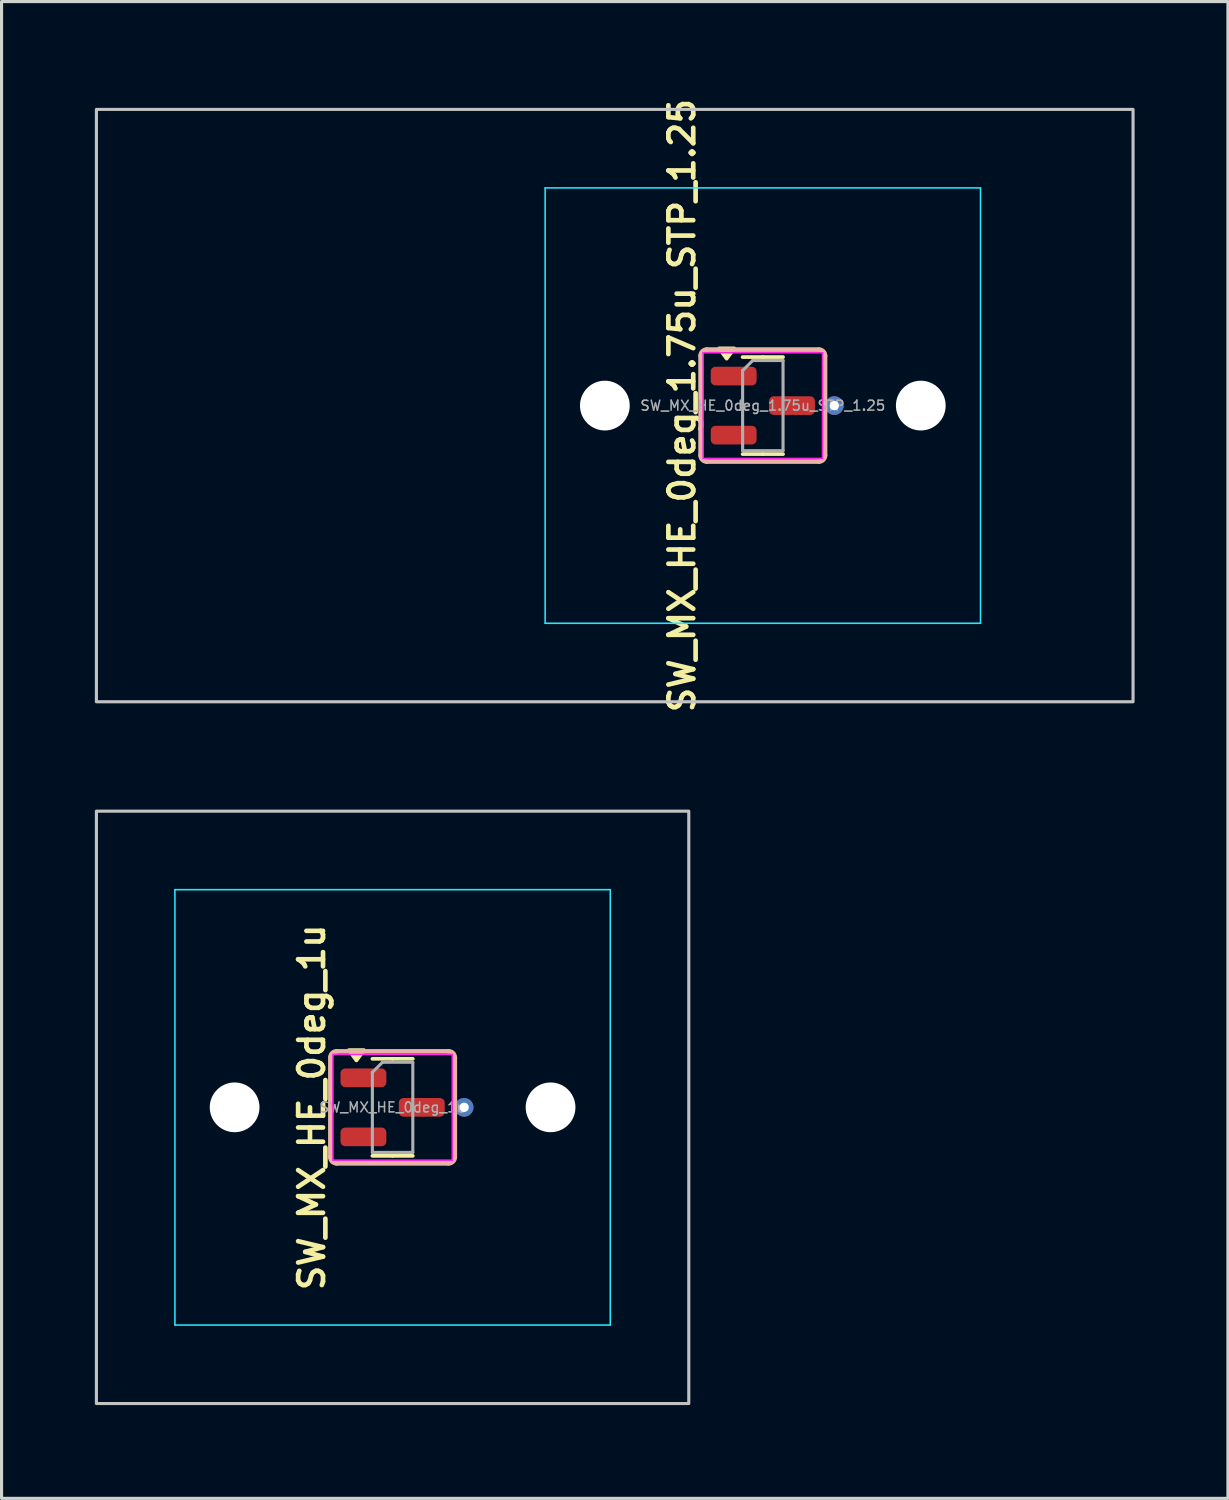
<source format=kicad_pcb>
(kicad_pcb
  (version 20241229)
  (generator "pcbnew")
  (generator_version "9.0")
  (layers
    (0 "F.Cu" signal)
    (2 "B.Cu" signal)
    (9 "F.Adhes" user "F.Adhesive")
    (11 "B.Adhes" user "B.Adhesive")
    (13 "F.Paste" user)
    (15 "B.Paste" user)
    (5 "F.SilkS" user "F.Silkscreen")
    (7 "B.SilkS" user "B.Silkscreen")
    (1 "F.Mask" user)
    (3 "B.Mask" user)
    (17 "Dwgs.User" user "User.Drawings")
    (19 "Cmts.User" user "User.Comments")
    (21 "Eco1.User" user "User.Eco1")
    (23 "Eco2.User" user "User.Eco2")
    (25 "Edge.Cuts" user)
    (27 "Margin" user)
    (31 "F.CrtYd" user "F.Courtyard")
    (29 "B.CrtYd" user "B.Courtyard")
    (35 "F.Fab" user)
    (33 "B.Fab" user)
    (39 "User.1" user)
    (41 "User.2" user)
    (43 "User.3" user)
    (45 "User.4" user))
  (footprint "SW_MX_HE_0deg_1u"
    (layer "F.Cu")
    (at 9.575 32.56)
    (property "Reference" "SW_MX_HE_0deg_1u" (at -2.6 0 90) (layer "F.SilkS") (effects (font (size 0.8 0.8) (thickness 0.15))))
    (attr smd)
    (fp_line (start 0 -1.56) (end -0.65 -1.56) (stroke (width 0.12) (type solid)) (layer "F.SilkS"))
    (fp_line (start 0 -1.56) (end 0.65 -1.56) (stroke (width 0.12) (type solid)) (layer "F.SilkS"))
    (fp_line (start 0 1.56) (end -0.65 1.56) (stroke (width 0.12) (type solid)) (layer "F.SilkS"))
    (fp_line (start 0 1.56) (end 0.65 1.56) (stroke (width 0.12) (type solid)) (layer "F.SilkS"))
    (fp_poly (pts (xy -1.163 -1.51) (xy -1.403 -1.84) (xy -0.922 -1.84) (xy -1.163 -1.51)) (stroke (width 0.12) (type solid)) (fill yes) (layer "F.SilkS"))
    (fp_line (start -2 -1.6) (end -2 1.6) (stroke (width 0.15) (type default)) (layer "B.SilkS"))
    (fp_line (start -1.8 1.8) (end 1.8 1.8) (stroke (width 0.15) (type default)) (layer "B.SilkS"))
    (fp_line (start 1.8 -1.8) (end -1.8 -1.8) (stroke (width 0.15) (type default)) (layer "B.SilkS"))
    (fp_line (start 2 1.6) (end 2 -1.6) (stroke (width 0.15) (type default)) (layer "B.SilkS"))
    (fp_arc (start -2 -1.6) (mid -1.941421 -1.741421) (end -1.8 -1.8) (stroke (width 0.15) (type default)) (layer "B.SilkS"))
    (fp_arc (start -1.8 1.8) (mid -1.941421 1.741421) (end -2 1.6) (stroke (width 0.15) (type default)) (layer "B.SilkS"))
    (fp_arc (start 1.8 -1.8) (mid 1.941421 -1.741421) (end 2 -1.6) (stroke (width 0.15) (type default)) (layer "B.SilkS"))
    (fp_arc (start 2 1.6) (mid 1.941421 1.741421) (end 1.8 1.8) (stroke (width 0.15) (type default)) (layer "B.SilkS"))
    (fp_rect (start -9.525 -9.525) (end 9.525 9.525) (stroke (width 0.1) (type default)) (fill no) (layer "Dwgs.User"))
    (fp_line (start -7 6.5) (end -7 -6.5) (stroke (width 0.05) (type solid)) (layer "Eco2.User"))
    (fp_line (start -6.5 -7) (end 6.5 -7) (stroke (width 0.05) (type solid)) (layer "Eco2.User"))
    (fp_line (start 6.5 7) (end -6.5 7) (stroke (width 0.05) (type solid)) (layer "Eco2.User"))
    (fp_line (start 7 -6.5) (end 7 6.5) (stroke (width 0.05) (type solid)) (layer "Eco2.User"))
    (fp_arc (start -7 -6.5) (mid -6.853553 -6.853553) (end -6.5 -7) (stroke (width 0.05) (type solid)) (layer "Eco2.User"))
    (fp_arc (start -6.5 7) (mid -6.853553 6.853553) (end -7 6.5) (stroke (width 0.05) (type solid)) (layer "Eco2.User"))
    (fp_arc (start 6.5 -7) (mid 6.853553 -6.853553) (end 7 -6.5) (stroke (width 0.05) (type solid)) (layer "Eco2.User"))
    (fp_arc (start 6.997236 6.498884) (mid 6.850789 6.852437) (end 6.497236 6.998884) (stroke (width 0.05) (type solid)) (layer "Eco2.User"))
    (fp_line (start -7 -7) (end -7 7) (stroke (width 0.05) (type solid)) (layer "B.CrtYd"))
    (fp_line (start -7 7) (end 7 7) (stroke (width 0.05) (type solid)) (layer "B.CrtYd"))
    (fp_line (start 7 -7) (end -7 -7) (stroke (width 0.05) (type solid)) (layer "B.CrtYd"))
    (fp_line (start 7 7) (end 7 -7) (stroke (width 0.05) (type solid)) (layer "B.CrtYd"))
    (fp_line (start -1.92 -1.7) (end -1.92 1.7) (stroke (width 0.05) (type solid)) (layer "F.CrtYd"))
    (fp_line (start -1.92 1.7) (end 1.92 1.7) (stroke (width 0.05) (type solid)) (layer "F.CrtYd"))
    (fp_line (start 1.92 -1.7) (end -1.92 -1.7) (stroke (width 0.05) (type solid)) (layer "F.CrtYd"))
    (fp_line (start 1.92 1.7) (end 1.92 -1.7) (stroke (width 0.05) (type solid)) (layer "F.CrtYd"))
    (fp_line (start -0.65 -1.125) (end -0.325 -1.45) (stroke (width 0.1) (type solid)) (layer "F.Fab"))
    (fp_line (start -0.65 1.45) (end -0.65 -1.125) (stroke (width 0.1) (type solid)) (layer "F.Fab"))
    (fp_line (start -0.325 -1.45) (end 0.65 -1.45) (stroke (width 0.1) (type solid)) (layer "F.Fab"))
    (fp_line (start 0.65 -1.45) (end 0.65 1.45) (stroke (width 0.1) (type solid)) (layer "F.Fab"))
    (fp_line (start 0.65 1.45) (end -0.65 1.45) (stroke (width 0.1) (type solid)) (layer "F.Fab"))
    (fp_text user "${REFERENCE}" (at 0 0 0) (layer "F.Fab") (effects (font (size 0.32 0.32) (thickness 0.05))))
    (pad "" np_thru_hole circle (at -5.08 0) (size 1.6 1.6) (drill 1.7) (layers "*.Cu" "*.Mask"))
    (pad "" np_thru_hole circle (at 5.08 0) (size 1.6 1.6) (drill 1.7) (layers "*.Cu" "*.Mask"))
    (pad "1" smd roundrect (at -0.938 -0.95) (size 1.475 0.6) (layers "F.Cu" "F.Mask" "F.Paste") (roundrect_rratio 0.25))
    (pad "2" smd roundrect (at -0.938 0.95) (size 1.475 0.6) (layers "F.Cu" "F.Mask" "F.Paste") (roundrect_rratio 0.25))
    (pad "3" smd roundrect (at 0.938 0) (size 1.475 0.6) (layers "F.Cu" "F.Mask" "F.Paste") (roundrect_rratio 0.25))
    (pad "3" thru_hole circle (at 2.3 0) (size 0.6 0.6) (drill 0.3) (layers "*.Cu"))
    (zone (net_name "") (layer "F.Cu") (name "HE keepout_bot") (hatch edge 0.5) (connect_pads) (min_thickness 0.25) (filled_areas_thickness no) (keepout (tracks allowed) (vias allowed) (pads allowed) (copperpour not_allowed) (footprints allowed)) (placement (enabled no)) (fill) (polygon (pts (arc (start 11.575 30.960243) (mid 11.516421 30.818822) (end 11.375 30.760243)) (arc (start 7.775 30.760243) (mid 7.633579 30.818822) (end 7.575 30.960243)) (arc (start 7.575 34.160243) (mid 7.633579 34.301664) (end 7.775 34.360243)) (arc (start 11.375 34.360243) (mid 11.516421 34.301664) (end 11.575 34.160243)) (arc (start 11.575 33.060243) (mid 11.516421 32.918822) (end 11.375 32.860243)) (arc (start 9.975 32.860243) (mid 9.833579 32.801664) (end 9.775 32.660243)) (arc (start 9.775 32.460243) (mid 9.833579 32.318822) (end 9.975 32.260243)) (arc (start 11.375 32.260243) (mid 11.516421 32.201664) (end 11.575 32.060243)))))
    (zone (net_name "") (layer "In1.Cu") (name "HE keepout_top") (hatch edge 0.5) (connect_pads) (min_thickness 0.25) (filled_areas_thickness no) (keepout (tracks allowed) (vias allowed) (pads allowed) (copperpour not_allowed) (footprints allowed)) (placement (enabled no)) (fill) (polygon (pts (arc (start 11.575 30.960243) (mid 11.516421 30.818822) (end 11.375 30.760243)) (arc (start 7.775 30.760243) (mid 7.633579 30.818822) (end 7.575 30.960243)) (arc (start 7.575 34.160243) (mid 7.633579 34.301664) (end 7.775 34.360243)) (arc (start 11.375 34.360243) (mid 11.516421 34.301664) (end 11.575 34.160243))))))
  (footprint "SW_MX_HE_0deg_1.75u_STP_1.25"
    (layer "F.Cu")
    (at 21.481 9.993)
    (property "Reference" "SW_MX_HE_0deg_1.75u_STP_1.25" (at -2.6 0 90) (layer "F.SilkS") (effects (font (size 0.8 0.8) (thickness 0.15))))
    (attr smd)
    (fp_line (start 0 -1.56) (end -0.65 -1.56) (stroke (width 0.12) (type solid)) (layer "F.SilkS"))
    (fp_line (start 0 -1.56) (end 0.65 -1.56) (stroke (width 0.12) (type solid)) (layer "F.SilkS"))
    (fp_line (start 0 1.56) (end -0.65 1.56) (stroke (width 0.12) (type solid)) (layer "F.SilkS"))
    (fp_line (start 0 1.56) (end 0.65 1.56) (stroke (width 0.12) (type solid)) (layer "F.SilkS"))
    (fp_poly (pts (xy -1.163 -1.51) (xy -1.403 -1.84) (xy -0.922 -1.84) (xy -1.163 -1.51)) (stroke (width 0.12) (type solid)) (fill yes) (layer "F.SilkS"))
    (fp_line (start -2 -1.6) (end -2 1.6) (stroke (width 0.15) (type default)) (layer "B.SilkS"))
    (fp_line (start -1.8 1.8) (end 1.8 1.8) (stroke (width 0.15) (type default)) (layer "B.SilkS"))
    (fp_line (start 1.8 -1.8) (end -1.8 -1.8) (stroke (width 0.15) (type default)) (layer "B.SilkS"))
    (fp_line (start 2 1.6) (end 2 -1.6) (stroke (width 0.15) (type default)) (layer "B.SilkS"))
    (fp_arc (start -2 -1.6) (mid -1.941421 -1.741421) (end -1.8 -1.8) (stroke (width 0.15) (type default)) (layer "B.SilkS"))
    (fp_arc (start -1.8 1.8) (mid -1.941421 1.741421) (end -2 1.6) (stroke (width 0.15) (type default)) (layer "B.SilkS"))
    (fp_arc (start 1.8 -1.8) (mid 1.941421 -1.741421) (end 2 -1.6) (stroke (width 0.15) (type default)) (layer "B.SilkS"))
    (fp_arc (start 2 1.6) (mid 1.941421 1.741421) (end 1.8 1.8) (stroke (width 0.15) (type default)) (layer "B.SilkS"))
    (fp_rect (start -21.431 -9.525) (end 11.906 9.525) (stroke (width 0.1) (type default)) (fill no) (layer "Dwgs.User"))
    (fp_line (start -7 6.5) (end -7 -6.5) (stroke (width 0.05) (type solid)) (layer "Eco2.User"))
    (fp_line (start -6.5 -7) (end 6.5 -7) (stroke (width 0.05) (type solid)) (layer "Eco2.User"))
    (fp_line (start 6.5 7) (end -6.5 7) (stroke (width 0.05) (type solid)) (layer "Eco2.User"))
    (fp_line (start 7 -6.5) (end 7 6.5) (stroke (width 0.05) (type solid)) (layer "Eco2.User"))
    (fp_arc (start -7 -6.5) (mid -6.853553 -6.853553) (end -6.5 -7) (stroke (width 0.05) (type solid)) (layer "Eco2.User"))
    (fp_arc (start -6.5 7) (mid -6.853553 6.853553) (end -7 6.5) (stroke (width 0.05) (type solid)) (layer "Eco2.User"))
    (fp_arc (start 6.5 -7) (mid 6.853553 -6.853553) (end 7 -6.5) (stroke (width 0.05) (type solid)) (layer "Eco2.User"))
    (fp_arc (start 6.997236 6.498884) (mid 6.850789 6.852437) (end 6.497236 6.998884) (stroke (width 0.05) (type solid)) (layer "Eco2.User"))
    (fp_line (start -7 -7) (end -7 7) (stroke (width 0.05) (type solid)) (layer "B.CrtYd"))
    (fp_line (start -7 7) (end 7 7) (stroke (width 0.05) (type solid)) (layer "B.CrtYd"))
    (fp_line (start 7 -7) (end -7 -7) (stroke (width 0.05) (type solid)) (layer "B.CrtYd"))
    (fp_line (start 7 7) (end 7 -7) (stroke (width 0.05) (type solid)) (layer "B.CrtYd"))
    (fp_line (start -1.92 -1.7) (end -1.92 1.7) (stroke (width 0.05) (type solid)) (layer "F.CrtYd"))
    (fp_line (start -1.92 1.7) (end 1.92 1.7) (stroke (width 0.05) (type solid)) (layer "F.CrtYd"))
    (fp_line (start 1.92 -1.7) (end -1.92 -1.7) (stroke (width 0.05) (type solid)) (layer "F.CrtYd"))
    (fp_line (start 1.92 1.7) (end 1.92 -1.7) (stroke (width 0.05) (type solid)) (layer "F.CrtYd"))
    (fp_line (start -0.65 -1.125) (end -0.325 -1.45) (stroke (width 0.1) (type solid)) (layer "F.Fab"))
    (fp_line (start -0.65 1.45) (end -0.65 -1.125) (stroke (width 0.1) (type solid)) (layer "F.Fab"))
    (fp_line (start -0.325 -1.45) (end 0.65 -1.45) (stroke (width 0.1) (type solid)) (layer "F.Fab"))
    (fp_line (start 0.65 -1.45) (end 0.65 1.45) (stroke (width 0.1) (type solid)) (layer "F.Fab"))
    (fp_line (start 0.65 1.45) (end -0.65 1.45) (stroke (width 0.1) (type solid)) (layer "F.Fab"))
    (fp_text user "${REFERENCE}" (at 0 0 0) (layer "F.Fab") (effects (font (size 0.32 0.32) (thickness 0.05))))
    (pad "" np_thru_hole circle (at -5.08 0) (size 1.6 1.6) (drill 1.7) (layers "*.Cu" "*.Mask"))
    (pad "" np_thru_hole circle (at 5.08 0) (size 1.6 1.6) (drill 1.7) (layers "*.Cu" "*.Mask"))
    (pad "1" smd roundrect (at -0.938 -0.95) (size 1.475 0.6) (layers "F.Cu" "F.Mask" "F.Paste") (roundrect_rratio 0.25))
    (pad "2" smd roundrect (at -0.938 0.95) (size 1.475 0.6) (layers "F.Cu" "F.Mask" "F.Paste") (roundrect_rratio 0.25))
    (pad "3" smd roundrect (at 0.938 0) (size 1.475 0.6) (layers "F.Cu" "F.Mask" "F.Paste") (roundrect_rratio 0.25))
    (pad "3" thru_hole circle (at 2.3 0) (size 0.6 0.6) (drill 0.3) (layers "*.Cu"))
    (zone (net_name "") (layer "F.Cu") (name "HE keepout_bot") (hatch edge 0.5) (connect_pads) (min_thickness 0.25) (filled_areas_thickness no) (keepout (tracks allowed) (vias allowed) (pads allowed) (copperpour not_allowed) (footprints allowed)) (placement (enabled no)) (fill) (polygon (pts (arc (start 23.48125 8.392622) (mid 23.422671 8.251201) (end 23.28125 8.192622)) (arc (start 19.68125 8.192622) (mid 19.539829 8.251201) (end 19.48125 8.392622)) (arc (start 19.48125 11.592622) (mid 19.539829 11.734043) (end 19.68125 11.792622)) (arc (start 23.28125 11.792622) (mid 23.422671 11.734043) (end 23.48125 11.592622)) (arc (start 23.48125 10.492622) (mid 23.422671 10.351201) (end 23.28125 10.292622)) (arc (start 21.88125 10.292622) (mid 21.739829 10.234043) (end 21.68125 10.092622)) (arc (start 21.68125 9.892622) (mid 21.739829 9.751201) (end 21.88125 9.692622)) (arc (start 23.28125 9.692622) (mid 23.422671 9.634043) (end 23.48125 9.492622)))))
    (zone (net_name "") (layer "In1.Cu") (name "HE keepout_top") (hatch edge 0.5) (connect_pads) (min_thickness 0.25) (filled_areas_thickness no) (keepout (tracks allowed) (vias allowed) (pads allowed) (copperpour not_allowed) (footprints allowed)) (placement (enabled no)) (fill) (polygon (pts (arc (start 23.48125 8.392622) (mid 23.422671 8.251201) (end 23.28125 8.192622)) (arc (start 19.68125 8.192622) (mid 19.539829 8.251201) (end 19.48125 8.392622)) (arc (start 19.48125 11.592622) (mid 19.539829 11.734043) (end 19.68125 11.792622)) (arc (start 23.28125 11.792622) (mid 23.422671 11.734043) (end 23.48125 11.592622))))))
  (gr_rect
    (start -3 -3)
    (end 36.438 45.135)
    (stroke (width 0.1) (type default))
    (fill no)
    (layer "Edge.Cuts")))
</source>
